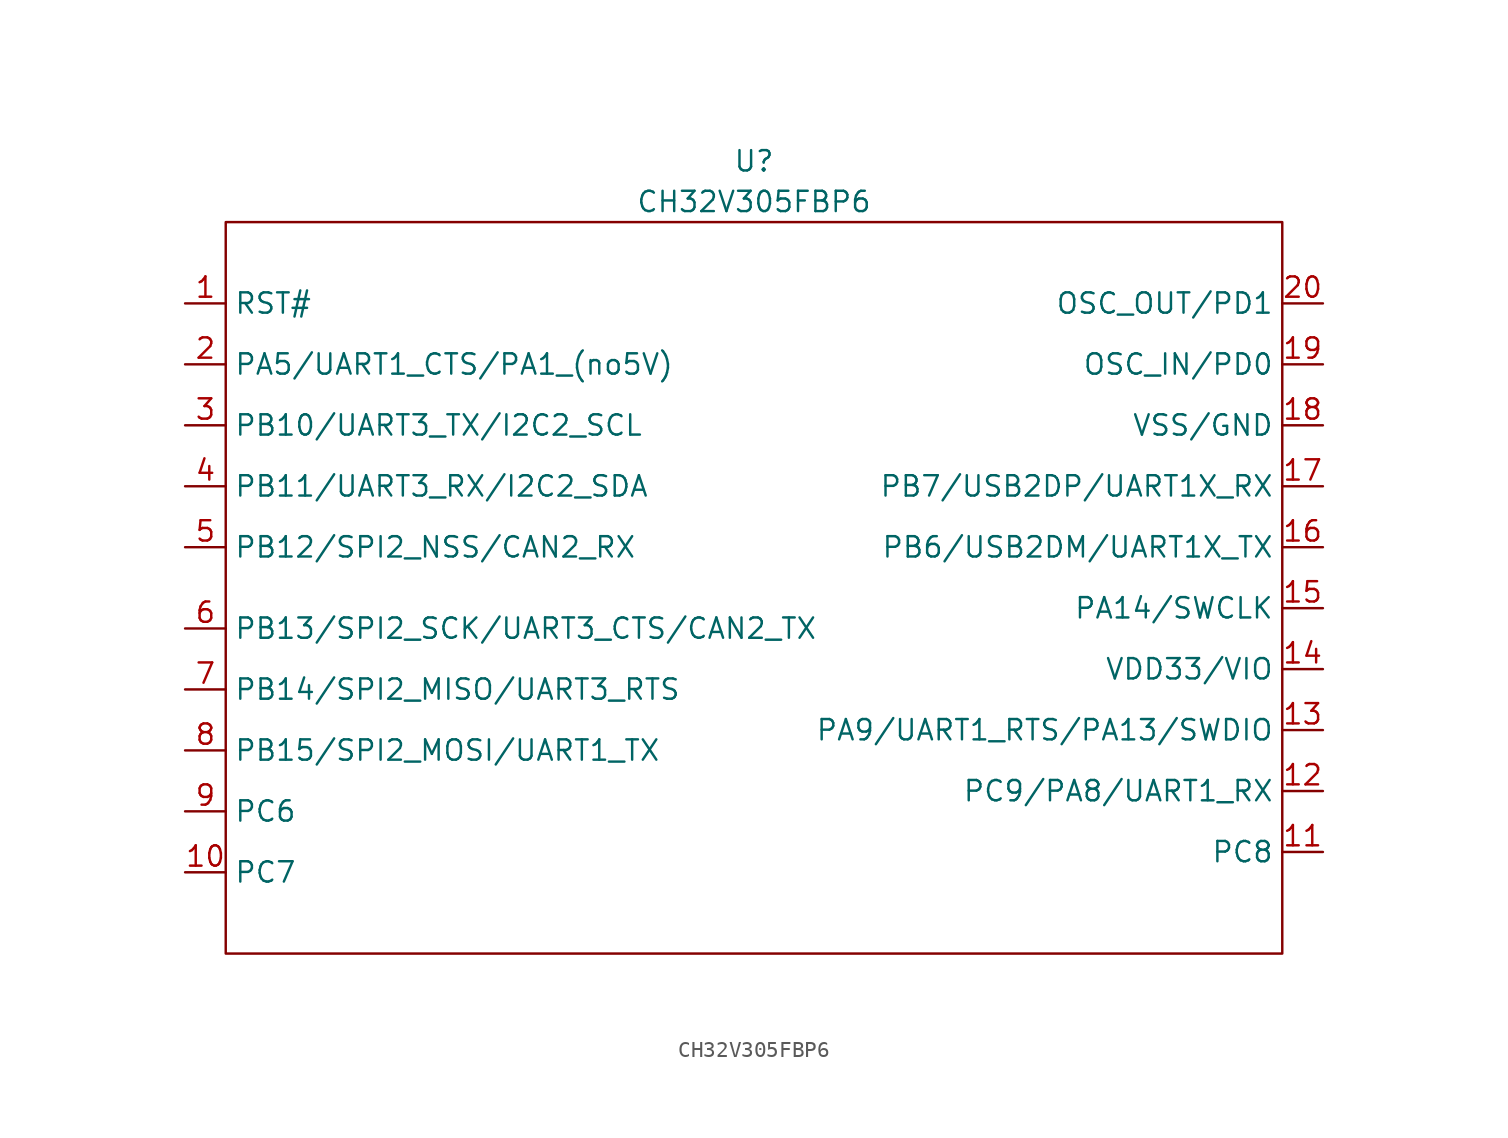
<source format=kicad_sym>
(kicad_symbol_lib
  (version 20231120)
  (generator "kicad_symbol_editor")
  (generator_version "8.0")
  (symbol "CH32V305FBP6"
    (property "Reference" "U"
      (at 0 26.67 0)
      (effects (font (size 1.27 1.27))))
    (property "Value" "CH32V305FBP6"
      (at 0 24.13 0)
      (effects (font (size 1.27 1.27))))
    (symbol "CH32V305FBP6_0_1"
      (rectangle (start -33.02 22.86) (end 33.02 -22.86) (stroke (width 0) (type default)) (fill (type none))))
    (symbol "CH32V305FBP6_1_1"
      (pin passive line (at -35.56 17.78 0) (length 2.54) (name "RST#" (effects (font (size 1.27 1.27)))) (number "1" (effects (font (size 1.27 1.27)))))
      (pin bidirectional line (at -35.56 -17.78 0) (length 2.54) (name "PC7" (effects (font (size 1.27 1.27)))) (number "10" (effects (font (size 1.27 1.27)))))
      (pin bidirectional line (at 35.56 -16.51 180) (length 2.54) (name "PC8" (effects (font (size 1.27 1.27)))) (number "11" (effects (font (size 1.27 1.27)))))
      (pin bidirectional line (at 35.56 -12.7 180) (length 2.54) (name "PC9/PA8/UART1_RX" (effects (font (size 1.27 1.27)))) (number "12" (effects (font (size 1.27 1.27)))))
      (pin bidirectional line (at 35.56 -8.89 180) (length 2.54) (name "PA9/UART1_RTS/PA13/SWDIO" (effects (font (size 1.27 1.27)))) (number "13" (effects (font (size 1.27 1.27)))))
      (pin input line (at 35.56 -5.08 180) (length 2.54) (name "VDD33/VIO" (effects (font (size 1.27 1.27)))) (number "14" (effects (font (size 1.27 1.27)))))
      (pin bidirectional line (at 35.56 -1.27 180) (length 2.54) (name "PA14/SWCLK" (effects (font (size 1.27 1.27)))) (number "15" (effects (font (size 1.27 1.27)))))
      (pin bidirectional line (at 35.56 2.54 180) (length 2.54) (name "PB6/USB2DM/UART1X_TX" (effects (font (size 1.27 1.27)))) (number "16" (effects (font (size 1.27 1.27)))))
      (pin bidirectional line (at 35.56 6.35 180) (length 2.54) (name "PB7/USB2DP/UART1X_RX" (effects (font (size 1.27 1.27)))) (number "17" (effects (font (size 1.27 1.27)))))
      (pin input line (at 35.56 10.16 180) (length 2.54) (name "VSS/GND" (effects (font (size 1.27 1.27)))) (number "18" (effects (font (size 1.27 1.27)))))
      (pin bidirectional line (at 35.56 13.97 180) (length 2.54) (name "OSC_IN/PD0" (effects (font (size 1.27 1.27)))) (number "19" (effects (font (size 1.27 1.27)))))
      (pin bidirectional line (at -35.56 13.97 0) (length 2.54) (name "PA5/UART1_CTS/PA1_(no5V)" (effects (font (size 1.27 1.27)))) (number "2" (effects (font (size 1.27 1.27)))))
      (pin bidirectional line (at 35.56 17.78 180) (length 2.54) (name "OSC_OUT/PD1" (effects (font (size 1.27 1.27)))) (number "20" (effects (font (size 1.27 1.27)))))
      (pin bidirectional line (at -35.56 10.16 0) (length 2.54) (name "PB10/UART3_TX/I2C2_SCL" (effects (font (size 1.27 1.27)))) (number "3" (effects (font (size 1.27 1.27)))))
      (pin bidirectional line (at -35.56 6.35 0) (length 2.54) (name "PB11/UART3_RX/I2C2_SDA" (effects (font (size 1.27 1.27)))) (number "4" (effects (font (size 1.27 1.27)))))
      (pin bidirectional line (at -35.56 2.54 0) (length 2.54) (name "PB12/SPI2_NSS/CAN2_RX" (effects (font (size 1.27 1.27)))) (number "5" (effects (font (size 1.27 1.27)))))
      (pin bidirectional line (at -35.56 -2.54 0) (length 2.54) (name "PB13/SPI2_SCK/UART3_CTS/CAN2_TX" (effects (font (size 1.27 1.27)))) (number "6" (effects (font (size 1.27 1.27)))))
      (pin bidirectional line (at -35.56 -6.35 0) (length 2.54) (name "PB14/SPI2_MISO/UART3_RTS" (effects (font (size 1.27 1.27)))) (number "7" (effects (font (size 1.27 1.27)))))
      (pin bidirectional line (at -35.56 -10.16 0) (length 2.54) (name "PB15/SPI2_MOSI/UART1_TX" (effects (font (size 1.27 1.27)))) (number "8" (effects (font (size 1.27 1.27)))))
      (pin bidirectional line (at -35.56 -13.97 0) (length 2.54) (name "PC6" (effects (font (size 1.27 1.27)))) (number "9" (effects (font (size 1.27 1.27))))))))
</source>
